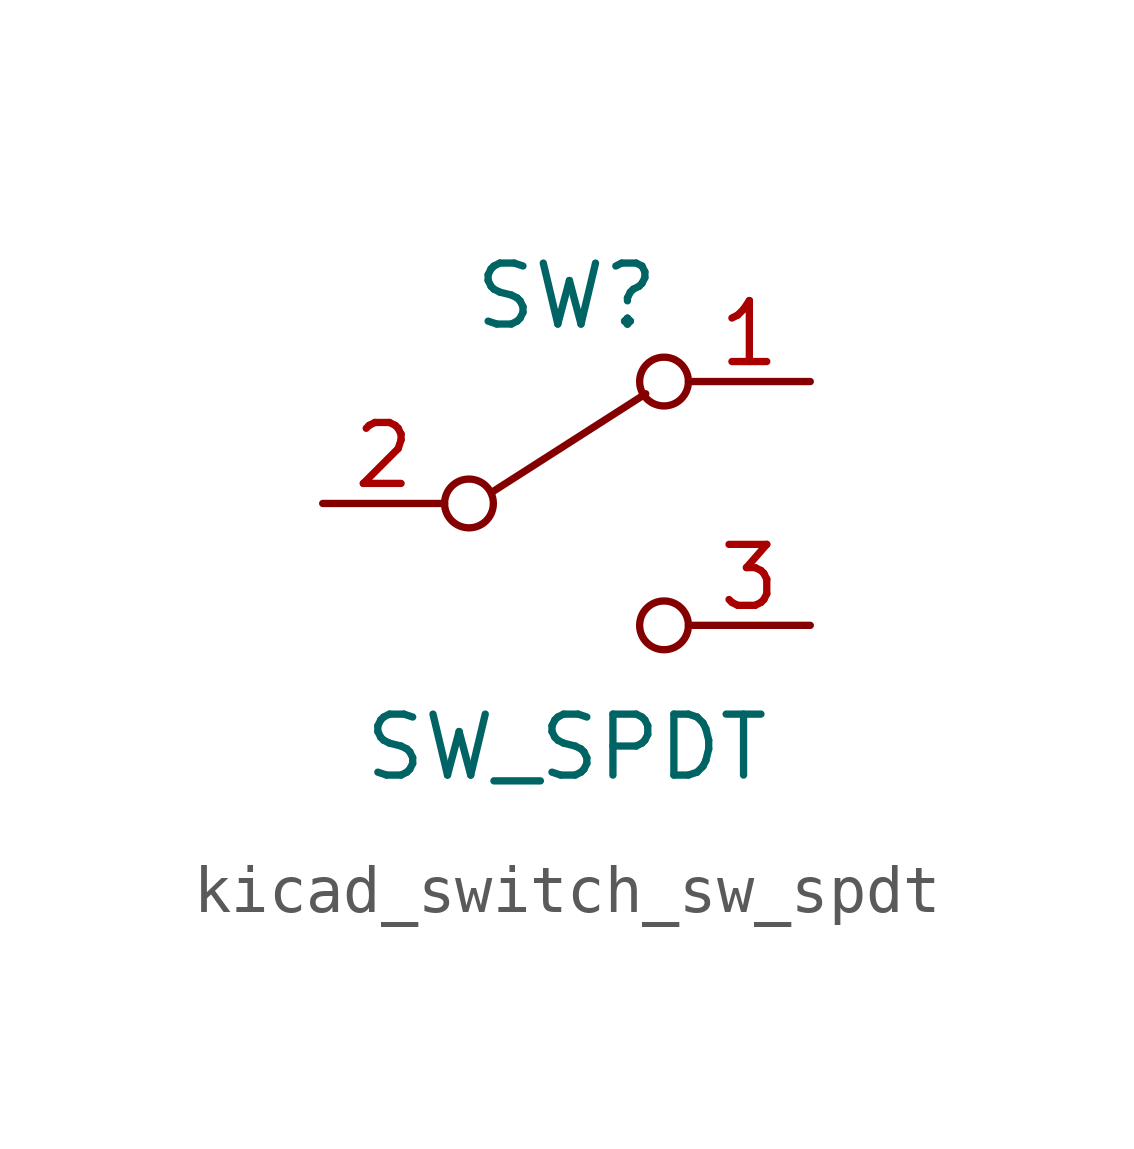
<source format=kicad_sym>
(kicad_symbol_lib
  (version 20220914)
  (generator kicad_symbol_editor)
  (symbol "kicad_switch_sw_spdt"
    (pin_names
      (offset 0) hide)
    (property "Reference" "SW"
      (at 0 4.318 0)
      (effects (font (size 1.27 1.27))))
    (property "Value" "SW_SPDT"
      (at 0 -5.08 0)
      (effects (font (size 1.27 1.27))))
    (symbol "kicad_switch_sw_spdt_0_0"
      (circle (center -2.032 0) (radius 0.508) (stroke (width 0) (type default)) (fill (type none)))
      (circle (center 2.032 -2.54) (radius 0.508) (stroke (width 0) (type default)) (fill (type none))))
    (symbol "kicad_switch_sw_spdt_0_1"
      (polyline (pts (xy -1.524 0.254) (xy 1.651 2.286)) (stroke (width 0) (type default)) (fill (type none)))
      (circle (center 2.032 2.54) (radius 0.508) (stroke (width 0) (type default)) (fill (type none))))
    (symbol "kicad_switch_sw_spdt_1_1"
      (pin passive line (at 5.08 2.54 180) (length 2.54) (name "A" (effects (font (size 1.27 1.27)))) (number "1" (effects (font (size 1.27 1.27)))))
      (pin passive line (at -5.08 0 0) (length 2.54) (name "B" (effects (font (size 1.27 1.27)))) (number "2" (effects (font (size 1.27 1.27)))))
      (pin passive line (at 5.08 -2.54 180) (length 2.54) (name "C" (effects (font (size 1.27 1.27)))) (number "3" (effects (font (size 1.27 1.27))))))))
</source>
